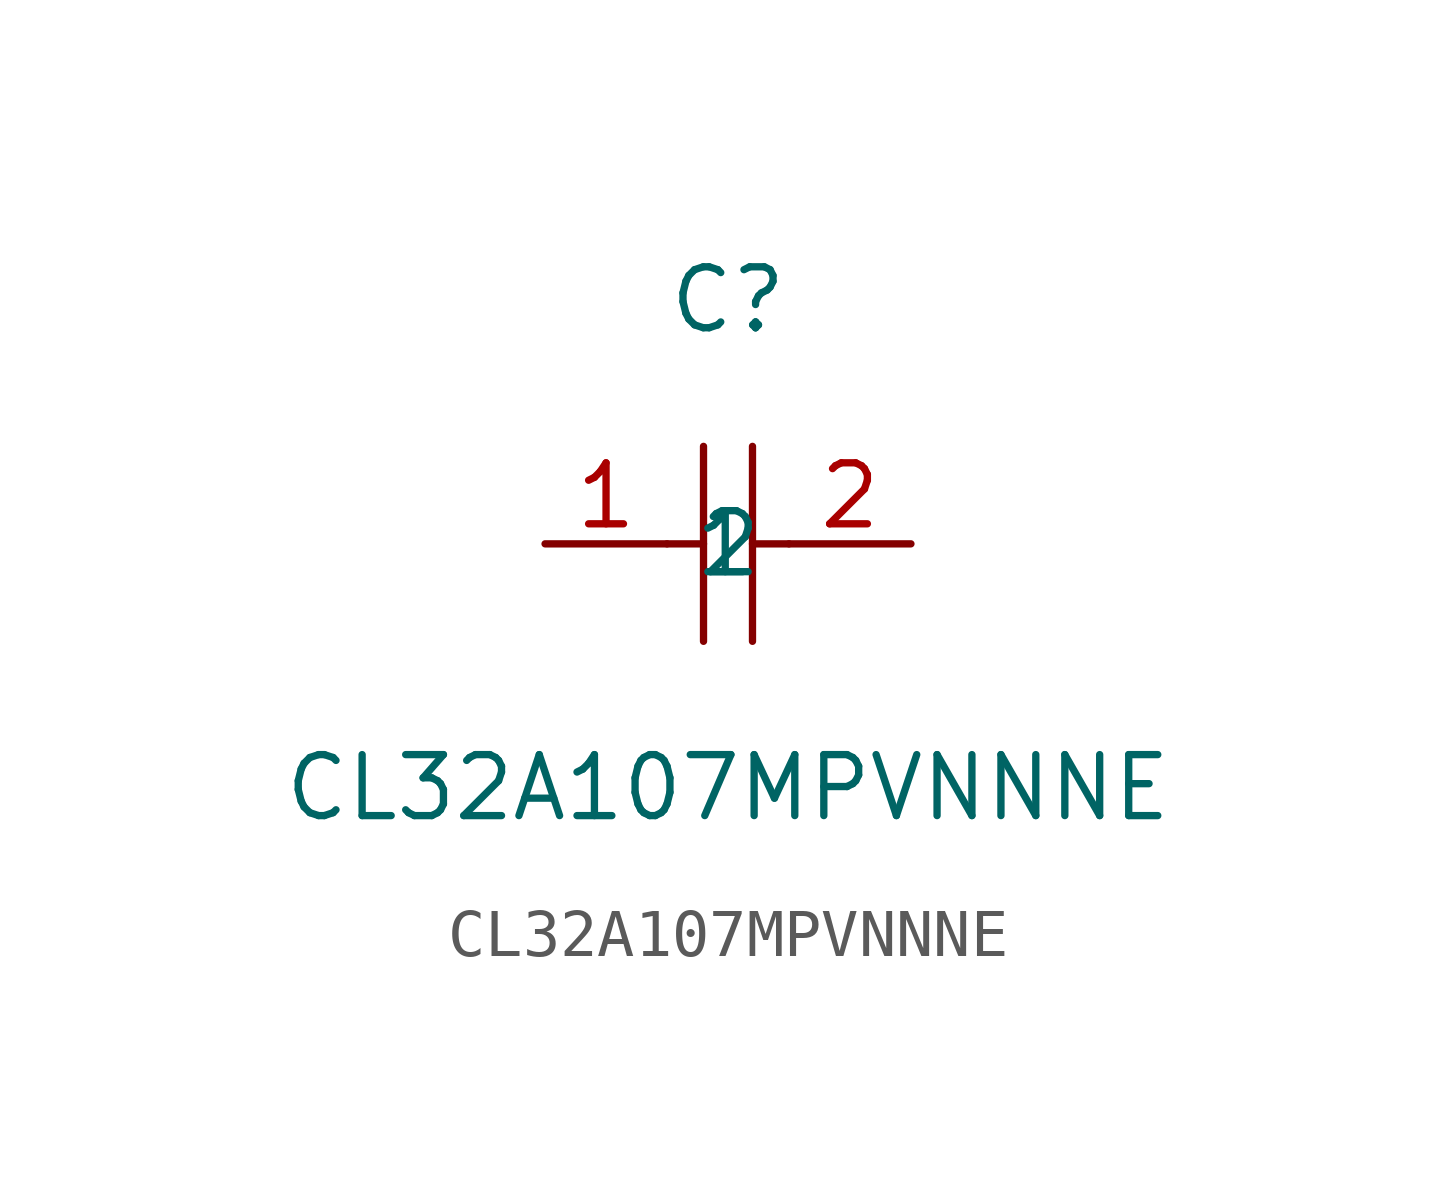
<source format=kicad_sym>
(kicad_symbol_lib
  (version 20211014)
  (generator https://github.com/uPesy/easyeda2kicad.py)
  (symbol "CL32A107MPVNNNE"
    (property "Reference" "C"
      (at 0 5.08 0)
      (effects (font (size 1.27 1.27))))
    (property "Value" "CL32A107MPVNNNE"
      (at 0 -5.08 0)
      (effects (font (size 1.27 1.27))))
    (symbol "CL32A107MPVNNNE_0_1"
      (polyline (pts (xy -0.51 2.03) (xy -0.51 -2.03)) (stroke (width 0) (type default) (color 0 0 0 0)) (fill (type none)))
      (polyline (pts (xy 0.51 2.03) (xy 0.51 -2.03)) (stroke (width 0) (type default) (color 0 0 0 0)) (fill (type none)))
      (polyline (pts (xy -1.27 -0.00) (xy -0.51 -0.00)) (stroke (width 0) (type default) (color 0 0 0 0)) (fill (type none)))
      (polyline (pts (xy 0.51 -0.00) (xy 1.27 -0.00)) (stroke (width 0) (type default) (color 0 0 0 0)) (fill (type none)))
      (pin input line (at -3.81 -0.00 0) (length 2.54) (name "1" (effects (font (size 1.27 1.27)))) (number "1" (effects (font (size 1.27 1.27)))))
      (pin input line (at 3.81 -0.00 180) (length 2.54) (name "2" (effects (font (size 1.27 1.27)))) (number "2" (effects (font (size 1.27 1.27))))))))
</source>
